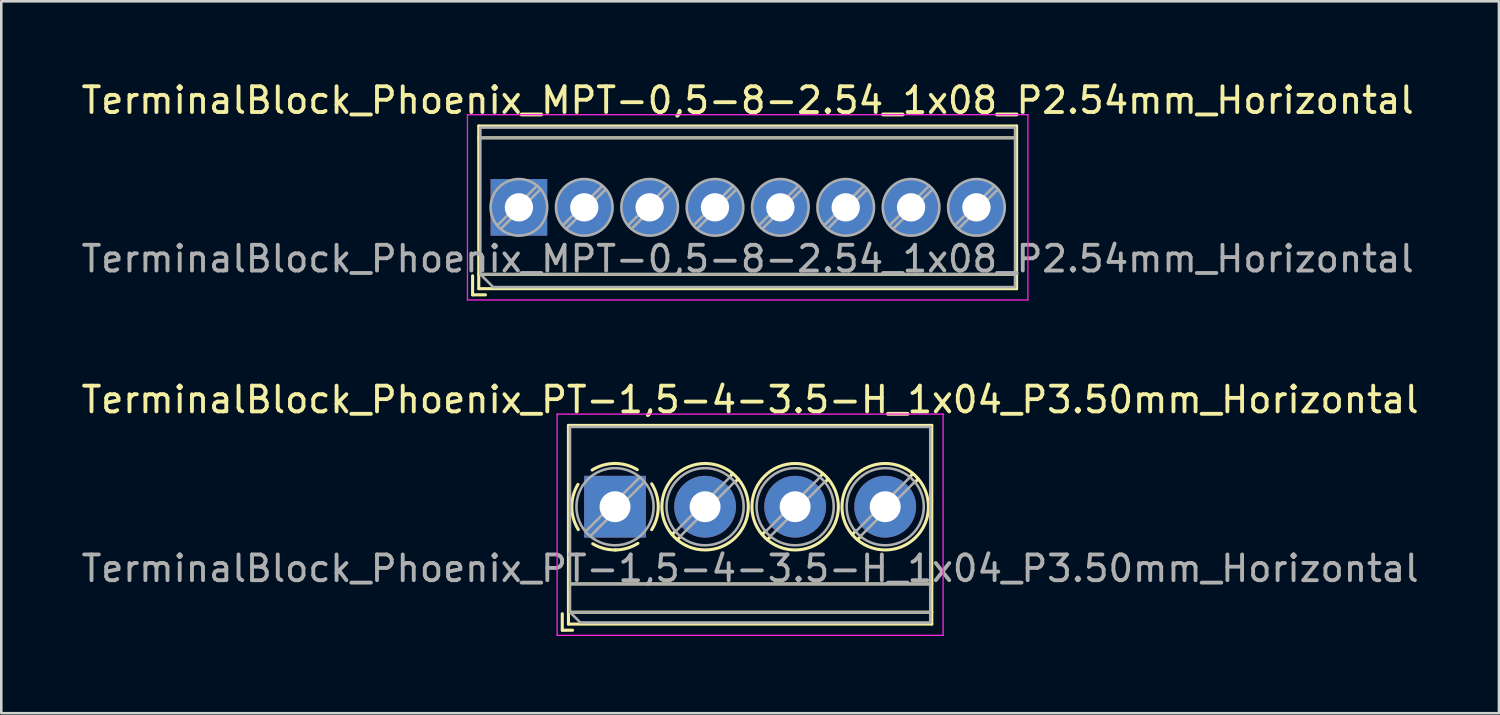
<source format=kicad_pcb>
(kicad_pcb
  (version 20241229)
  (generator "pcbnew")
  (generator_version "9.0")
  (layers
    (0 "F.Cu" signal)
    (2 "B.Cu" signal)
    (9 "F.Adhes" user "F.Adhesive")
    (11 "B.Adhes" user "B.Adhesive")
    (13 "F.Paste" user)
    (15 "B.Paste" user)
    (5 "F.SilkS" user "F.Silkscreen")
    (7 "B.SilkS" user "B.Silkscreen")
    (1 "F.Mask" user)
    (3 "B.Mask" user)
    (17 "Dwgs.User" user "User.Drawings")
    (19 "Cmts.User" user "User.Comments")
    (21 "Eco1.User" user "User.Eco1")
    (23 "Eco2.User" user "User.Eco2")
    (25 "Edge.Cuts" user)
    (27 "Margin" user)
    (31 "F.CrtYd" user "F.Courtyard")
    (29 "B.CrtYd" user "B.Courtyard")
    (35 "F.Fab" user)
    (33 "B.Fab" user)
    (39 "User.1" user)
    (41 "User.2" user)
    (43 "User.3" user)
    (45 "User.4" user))
  (footprint "TerminalBlock_Phoenix_MPT-0,5-8-2.54_1x08_P2.54mm_Horizontal"
    (layer "F.Cu")
    (at 17.116 5.008)
    (property "Reference" "TerminalBlock_Phoenix_MPT-0,5-8-2.54_1x08_P2.54mm_Horizontal" (at 8.89 -4.16 0) (layer "F.SilkS") (effects (font (size 1 1) (thickness 0.15))))
    (attr through_hole)
    (fp_line (start -1.8 2.66) (end -1.8 3.4) (stroke (width 0.12) (type solid)) (layer "F.SilkS"))
    (fp_line (start -1.8 3.4) (end -1.3 3.4) (stroke (width 0.12) (type solid)) (layer "F.SilkS"))
    (fp_line (start -1.56 -3.16) (end -1.56 3.16) (stroke (width 0.12) (type solid)) (layer "F.SilkS"))
    (fp_line (start -1.56 -3.16) (end 19.341 -3.16) (stroke (width 0.12) (type solid)) (layer "F.SilkS"))
    (fp_line (start -1.56 -2.7) (end 19.341 -2.7) (stroke (width 0.12) (type solid)) (layer "F.SilkS"))
    (fp_line (start -1.56 2.6) (end 19.341 2.6) (stroke (width 0.12) (type solid)) (layer "F.SilkS"))
    (fp_line (start -1.56 3.16) (end 19.341 3.16) (stroke (width 0.12) (type solid)) (layer "F.SilkS"))
    (fp_line (start 19.341 -3.16) (end 19.341 3.16) (stroke (width 0.12) (type solid)) (layer "F.SilkS"))
    (fp_line (start -2 -3.6) (end -2 3.6) (stroke (width 0.05) (type solid)) (layer "F.CrtYd"))
    (fp_line (start -2 3.6) (end 19.78 3.6) (stroke (width 0.05) (type solid)) (layer "F.CrtYd"))
    (fp_line (start 19.78 -3.6) (end -2 -3.6) (stroke (width 0.05) (type solid)) (layer "F.CrtYd"))
    (fp_line (start 19.78 3.6) (end 19.78 -3.6) (stroke (width 0.05) (type solid)) (layer "F.CrtYd"))
    (fp_line (start -1.5 -3.1) (end 19.28 -3.1) (stroke (width 0.1) (type solid)) (layer "F.Fab"))
    (fp_line (start -1.5 -2.7) (end 19.28 -2.7) (stroke (width 0.1) (type solid)) (layer "F.Fab"))
    (fp_line (start -1.5 2.6) (end -1.5 -3.1) (stroke (width 0.1) (type solid)) (layer "F.Fab"))
    (fp_line (start -1.5 2.6) (end 19.28 2.6) (stroke (width 0.1) (type solid)) (layer "F.Fab"))
    (fp_line (start -1 3.1) (end -1.5 2.6) (stroke (width 0.1) (type solid)) (layer "F.Fab"))
    (fp_line (start 0.701 -0.835) (end -0.835 0.7) (stroke (width 0.1) (type solid)) (layer "F.Fab"))
    (fp_line (start 0.835 -0.7) (end -0.701 0.835) (stroke (width 0.1) (type solid)) (layer "F.Fab"))
    (fp_line (start 3.241 -0.835) (end 1.706 0.7) (stroke (width 0.1) (type solid)) (layer "F.Fab"))
    (fp_line (start 3.375 -0.7) (end 1.84 0.835) (stroke (width 0.1) (type solid)) (layer "F.Fab"))
    (fp_line (start 5.781 -0.835) (end 4.246 0.7) (stroke (width 0.1) (type solid)) (layer "F.Fab"))
    (fp_line (start 5.915 -0.7) (end 4.38 0.835) (stroke (width 0.1) (type solid)) (layer "F.Fab"))
    (fp_line (start 8.321 -0.835) (end 6.786 0.7) (stroke (width 0.1) (type solid)) (layer "F.Fab"))
    (fp_line (start 8.455 -0.7) (end 6.92 0.835) (stroke (width 0.1) (type solid)) (layer "F.Fab"))
    (fp_line (start 10.861 -0.835) (end 9.326 0.7) (stroke (width 0.1) (type solid)) (layer "F.Fab"))
    (fp_line (start 10.995 -0.7) (end 9.46 0.835) (stroke (width 0.1) (type solid)) (layer "F.Fab"))
    (fp_line (start 13.401 -0.835) (end 11.866 0.7) (stroke (width 0.1) (type solid)) (layer "F.Fab"))
    (fp_line (start 13.535 -0.7) (end 12 0.835) (stroke (width 0.1) (type solid)) (layer "F.Fab"))
    (fp_line (start 15.941 -0.835) (end 14.406 0.7) (stroke (width 0.1) (type solid)) (layer "F.Fab"))
    (fp_line (start 16.075 -0.7) (end 14.54 0.835) (stroke (width 0.1) (type solid)) (layer "F.Fab"))
    (fp_line (start 18.481 -0.835) (end 16.946 0.7) (stroke (width 0.1) (type solid)) (layer "F.Fab"))
    (fp_line (start 18.615 -0.7) (end 17.08 0.835) (stroke (width 0.1) (type solid)) (layer "F.Fab"))
    (fp_line (start 19.28 -3.1) (end 19.28 3.1) (stroke (width 0.1) (type solid)) (layer "F.Fab"))
    (fp_line (start 19.28 3.1) (end -1 3.1) (stroke (width 0.1) (type solid)) (layer "F.Fab"))
    (fp_circle (center 0 0) (end 1.1 0) (stroke (width 0.1) (type solid)) (fill no) (layer "F.Fab"))
    (fp_circle (center 2.54 0) (end 3.64 0) (stroke (width 0.1) (type solid)) (fill no) (layer "F.Fab"))
    (fp_circle (center 5.08 0) (end 6.18 0) (stroke (width 0.1) (type solid)) (fill no) (layer "F.Fab"))
    (fp_circle (center 7.62 0) (end 8.72 0) (stroke (width 0.1) (type solid)) (fill no) (layer "F.Fab"))
    (fp_circle (center 10.16 0) (end 11.26 0) (stroke (width 0.1) (type solid)) (fill no) (layer "F.Fab"))
    (fp_circle (center 12.7 0) (end 13.8 0) (stroke (width 0.1) (type solid)) (fill no) (layer "F.Fab"))
    (fp_circle (center 15.24 0) (end 16.34 0) (stroke (width 0.1) (type solid)) (fill no) (layer "F.Fab"))
    (fp_circle (center 17.78 0) (end 18.88 0) (stroke (width 0.1) (type solid)) (fill no) (layer "F.Fab"))
    (fp_text user "${REFERENCE}" (at 8.89 2 0) (layer "F.Fab") (effects (font (size 1 1) (thickness 0.15))))
    (pad "1" thru_hole rect (at 0 0) (size 2.2 2.2) (drill 1.1) (layers "*.Cu" "*.Mask"))
    (pad "2" thru_hole circle (at 2.54 0) (size 2.2 2.2) (drill 1.1) (layers "*.Cu" "*.Mask"))
    (pad "3" thru_hole circle (at 5.08 0) (size 2.2 2.2) (drill 1.1) (layers "*.Cu" "*.Mask"))
    (pad "4" thru_hole circle (at 7.62 0) (size 2.2 2.2) (drill 1.1) (layers "*.Cu" "*.Mask"))
    (pad "5" thru_hole circle (at 10.16 0) (size 2.2 2.2) (drill 1.1) (layers "*.Cu" "*.Mask"))
    (pad "6" thru_hole circle (at 12.7 0) (size 2.2 2.2) (drill 1.1) (layers "*.Cu" "*.Mask"))
    (pad "7" thru_hole circle (at 15.24 0) (size 2.2 2.2) (drill 1.1) (layers "*.Cu" "*.Mask"))
    (pad "8" thru_hole circle (at 17.78 0) (size 2.2 2.2) (drill 1.1) (layers "*.Cu" "*.Mask")))
  (footprint "TerminalBlock_Phoenix_PT-1,5-4-3.5-H_1x04_P3.50mm_Horizontal"
    (layer "F.Cu")
    (at 20.851 16.642)
    (property "Reference" "TerminalBlock_Phoenix_PT-1,5-4-3.5-H_1x04_P3.50mm_Horizontal" (at 5.25 -4.16 0) (layer "F.SilkS") (effects (font (size 1 1) (thickness 0.15))))
    (attr through_hole)
    (fp_line (start -2.05 4.16) (end -2.05 4.8) (stroke (width 0.12) (type solid)) (layer "F.SilkS"))
    (fp_line (start -2.05 4.8) (end -1.65 4.8) (stroke (width 0.12) (type solid)) (layer "F.SilkS"))
    (fp_line (start -1.81 -3.16) (end -1.81 4.56) (stroke (width 0.12) (type solid)) (layer "F.SilkS"))
    (fp_line (start -1.81 -3.16) (end 12.31 -3.16) (stroke (width 0.12) (type solid)) (layer "F.SilkS"))
    (fp_line (start -1.81 3) (end 12.31 3) (stroke (width 0.12) (type solid)) (layer "F.SilkS"))
    (fp_line (start -1.81 4.1) (end 12.31 4.1) (stroke (width 0.12) (type solid)) (layer "F.SilkS"))
    (fp_line (start -1.81 4.56) (end 12.31 4.56) (stroke (width 0.12) (type solid)) (layer "F.SilkS"))
    (fp_line (start 2.355 0.941) (end 2.226 1.069) (stroke (width 0.12) (type solid)) (layer "F.SilkS"))
    (fp_line (start 2.525 1.181) (end 2.431 1.274) (stroke (width 0.12) (type solid)) (layer "F.SilkS"))
    (fp_line (start 4.57 -1.275) (end 4.476 -1.181) (stroke (width 0.12) (type solid)) (layer "F.SilkS"))
    (fp_line (start 4.775 -1.069) (end 4.646 -0.941) (stroke (width 0.12) (type solid)) (layer "F.SilkS"))
    (fp_line (start 5.855 0.941) (end 5.726 1.069) (stroke (width 0.12) (type solid)) (layer "F.SilkS"))
    (fp_line (start 6.025 1.181) (end 5.931 1.274) (stroke (width 0.12) (type solid)) (layer "F.SilkS"))
    (fp_line (start 8.07 -1.275) (end 7.976 -1.181) (stroke (width 0.12) (type solid)) (layer "F.SilkS"))
    (fp_line (start 8.275 -1.069) (end 8.146 -0.941) (stroke (width 0.12) (type solid)) (layer "F.SilkS"))
    (fp_line (start 9.355 0.941) (end 9.226 1.069) (stroke (width 0.12) (type solid)) (layer "F.SilkS"))
    (fp_line (start 9.525 1.181) (end 9.431 1.274) (stroke (width 0.12) (type solid)) (layer "F.SilkS"))
    (fp_line (start 11.57 -1.275) (end 11.476 -1.181) (stroke (width 0.12) (type solid)) (layer "F.SilkS"))
    (fp_line (start 11.775 -1.069) (end 11.646 -0.941) (stroke (width 0.12) (type solid)) (layer "F.SilkS"))
    (fp_line (start 12.31 -3.16) (end 12.31 4.56) (stroke (width 0.12) (type solid)) (layer "F.SilkS"))
    (fp_arc (start -1.425358 0.889894) (mid -1.680286 0.014012) (end -1.44 -0.866) (stroke (width 0.12) (type solid)) (layer "F.SilkS"))
    (fp_arc (start -0.889894 -1.425358) (mid -0.014012 -1.680286) (end 0.866 -1.44) (stroke (width 0.12) (type solid)) (layer "F.SilkS"))
    (fp_arc (start 0.028674 1.680099) (mid -0.435535 1.622918) (end -0.866 1.44) (stroke (width 0.12) (type solid)) (layer "F.SilkS"))
    (fp_arc (start 0.890264 1.424721) (mid 0.463071 1.61492) (end 0 1.68) (stroke (width 0.12) (type solid)) (layer "F.SilkS"))
    (fp_arc (start 1.425504 -0.890193) (mid 1.680626 0.000476) (end 1.425 0.891) (stroke (width 0.12) (type solid)) (layer "F.SilkS"))
    (fp_circle (center 3.5 0) (end 5.18 0) (stroke (width 0.12) (type solid)) (fill no) (layer "F.SilkS"))
    (fp_circle (center 7 0) (end 8.68 0) (stroke (width 0.12) (type solid)) (fill no) (layer "F.SilkS"))
    (fp_circle (center 10.5 0) (end 12.18 0) (stroke (width 0.12) (type solid)) (fill no) (layer "F.SilkS"))
    (fp_line (start -2.25 -3.6) (end -2.25 5) (stroke (width 0.05) (type solid)) (layer "F.CrtYd"))
    (fp_line (start -2.25 5) (end 12.75 5) (stroke (width 0.05) (type solid)) (layer "F.CrtYd"))
    (fp_line (start 12.75 -3.6) (end -2.25 -3.6) (stroke (width 0.05) (type solid)) (layer "F.CrtYd"))
    (fp_line (start 12.75 5) (end 12.75 -3.6) (stroke (width 0.05) (type solid)) (layer "F.CrtYd"))
    (fp_line (start -1.75 -3.1) (end 12.25 -3.1) (stroke (width 0.1) (type solid)) (layer "F.Fab"))
    (fp_line (start -1.75 3) (end 12.25 3) (stroke (width 0.1) (type solid)) (layer "F.Fab"))
    (fp_line (start -1.75 4.1) (end -1.75 -3.1) (stroke (width 0.1) (type solid)) (layer "F.Fab"))
    (fp_line (start -1.75 4.1) (end 12.25 4.1) (stroke (width 0.1) (type solid)) (layer "F.Fab"))
    (fp_line (start -1.35 4.5) (end -1.75 4.1) (stroke (width 0.1) (type solid)) (layer "F.Fab"))
    (fp_line (start 0.955 -1.138) (end -1.138 0.955) (stroke (width 0.1) (type solid)) (layer "F.Fab"))
    (fp_line (start 1.138 -0.955) (end -0.955 1.138) (stroke (width 0.1) (type solid)) (layer "F.Fab"))
    (fp_line (start 4.455 -1.138) (end 2.363 0.955) (stroke (width 0.1) (type solid)) (layer "F.Fab"))
    (fp_line (start 4.638 -0.955) (end 2.546 1.138) (stroke (width 0.1) (type solid)) (layer "F.Fab"))
    (fp_line (start 7.955 -1.138) (end 5.863 0.955) (stroke (width 0.1) (type solid)) (layer "F.Fab"))
    (fp_line (start 8.138 -0.955) (end 6.046 1.138) (stroke (width 0.1) (type solid)) (layer "F.Fab"))
    (fp_line (start 11.455 -1.138) (end 9.363 0.955) (stroke (width 0.1) (type solid)) (layer "F.Fab"))
    (fp_line (start 11.638 -0.955) (end 9.546 1.138) (stroke (width 0.1) (type solid)) (layer "F.Fab"))
    (fp_line (start 12.25 -3.1) (end 12.25 4.5) (stroke (width 0.1) (type solid)) (layer "F.Fab"))
    (fp_line (start 12.25 4.5) (end -1.35 4.5) (stroke (width 0.1) (type solid)) (layer "F.Fab"))
    (fp_circle (center 0 0) (end 1.5 0) (stroke (width 0.1) (type solid)) (fill no) (layer "F.Fab"))
    (fp_circle (center 3.5 0) (end 5 0) (stroke (width 0.1) (type solid)) (fill no) (layer "F.Fab"))
    (fp_circle (center 7 0) (end 8.5 0) (stroke (width 0.1) (type solid)) (fill no) (layer "F.Fab"))
    (fp_circle (center 10.5 0) (end 12 0) (stroke (width 0.1) (type solid)) (fill no) (layer "F.Fab"))
    (fp_text user "${REFERENCE}" (at 5.25 2.4 0) (layer "F.Fab") (effects (font (size 1 1) (thickness 0.15))))
    (pad "1" thru_hole rect (at 0 0) (size 2.4 2.4) (drill 1.2) (layers "*.Cu" "*.Mask"))
    (pad "2" thru_hole circle (at 3.5 0) (size 2.4 2.4) (drill 1.2) (layers "*.Cu" "*.Mask"))
    (pad "3" thru_hole circle (at 7 0) (size 2.4 2.4) (drill 1.2) (layers "*.Cu" "*.Mask"))
    (pad "4" thru_hole circle (at 10.5 0) (size 2.4 2.4) (drill 1.2) (layers "*.Cu" "*.Mask")))
  (gr_rect
    (start -3 -3)
    (end 55.202 24.666)
    (stroke (width 0.1) (type default))
    (fill no)
    (layer "Edge.Cuts")))
</source>
